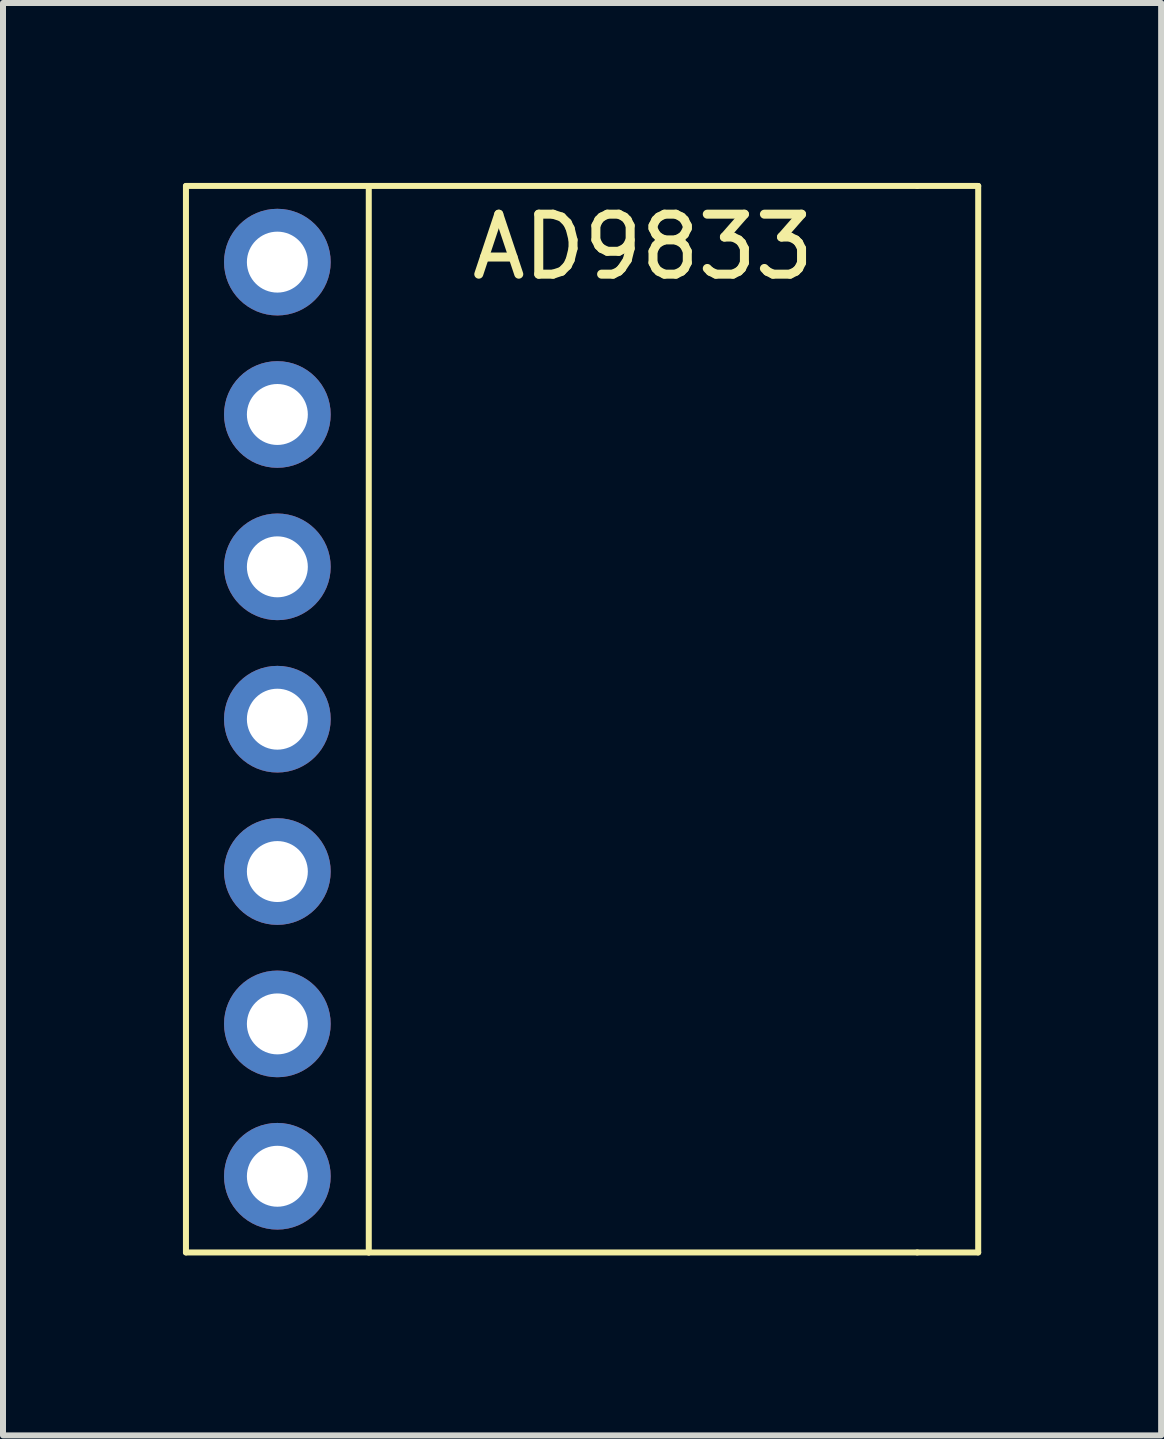
<source format=kicad_pcb>
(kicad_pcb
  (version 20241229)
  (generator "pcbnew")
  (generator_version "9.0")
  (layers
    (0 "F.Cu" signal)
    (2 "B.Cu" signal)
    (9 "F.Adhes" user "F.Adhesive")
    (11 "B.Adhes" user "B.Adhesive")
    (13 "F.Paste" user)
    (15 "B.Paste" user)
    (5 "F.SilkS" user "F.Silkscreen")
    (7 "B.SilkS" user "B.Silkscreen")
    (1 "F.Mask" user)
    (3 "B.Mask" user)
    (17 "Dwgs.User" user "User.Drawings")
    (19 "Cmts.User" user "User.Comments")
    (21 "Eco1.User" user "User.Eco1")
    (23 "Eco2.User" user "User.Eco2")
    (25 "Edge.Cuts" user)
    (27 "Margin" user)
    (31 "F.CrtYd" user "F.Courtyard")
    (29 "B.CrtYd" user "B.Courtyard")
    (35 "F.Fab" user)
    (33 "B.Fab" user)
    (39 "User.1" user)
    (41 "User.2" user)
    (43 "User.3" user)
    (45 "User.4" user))
  (footprint "AD9833"
    (layer "F.Cu")
    (at 1.574 8.94)
    (property "Reference" "AD9833" (at 6.096 -7.874 0) (layer "F.SilkS") (effects (font (size 1 1) (thickness 0.15))))
    (attr through_hole)
    (fp_line (start -1.524 -8.89) (end 1.524 -8.89) (stroke (width 0.1) (type default)) (layer "F.SilkS"))
    (fp_line (start -1.524 8.89) (end -1.524 -8.89) (stroke (width 0.1) (type default)) (layer "F.SilkS"))
    (fp_line (start 1.524 -8.89) (end 1.524 8.89) (stroke (width 0.1) (type default)) (layer "F.SilkS"))
    (fp_line (start 1.524 8.89) (end -1.524 8.89) (stroke (width 0.1) (type default)) (layer "F.SilkS"))
    (fp_line (start 1.524 8.89) (end 10.668 8.89) (stroke (width 0.1) (type default)) (layer "F.SilkS"))
    (fp_line (start 10.668 -8.89) (end 1.524 -8.89) (stroke (width 0.1) (type default)) (layer "F.SilkS"))
    (fp_line (start 10.668 -8.89) (end 11.684 -8.89) (stroke (width 0.1) (type default)) (layer "F.SilkS"))
    (fp_line (start 11.684 -8.89) (end 11.684 8.89) (stroke (width 0.1) (type default)) (layer "F.SilkS"))
    (fp_line (start 11.684 8.89) (end 10.668 8.89) (stroke (width 0.1) (type default)) (layer "F.SilkS"))
    (pad "1" thru_hole circle (at 0 -7.62) (size 1.778 1.778) (drill 1.016) (layers "*.Cu" "*.Mask"))
    (pad "2" thru_hole circle (at 0 -5.08) (size 1.778 1.778) (drill 1.016) (layers "*.Cu" "*.Mask"))
    (pad "3" thru_hole circle (at 0 -2.54) (size 1.778 1.778) (drill 1.016) (layers "*.Cu" "*.Mask"))
    (pad "4" thru_hole circle (at 0 0) (size 1.778 1.778) (drill 1.016) (layers "*.Cu" "*.Mask"))
    (pad "5" thru_hole circle (at 0 2.54) (size 1.778 1.778) (drill 1.016) (layers "*.Cu" "*.Mask"))
    (pad "6" thru_hole circle (at 0 5.08) (size 1.778 1.778) (drill 1.016) (layers "*.Cu" "*.Mask"))
    (pad "7" thru_hole circle (at 0 7.62) (size 1.778 1.778) (drill 1.016) (layers "*.Cu" "*.Mask")))
  (gr_rect
    (start -3 -3)
    (end 16.308 20.88)
    (stroke (width 0.1) (type default))
    (fill no)
    (layer "Edge.Cuts")))
</source>
